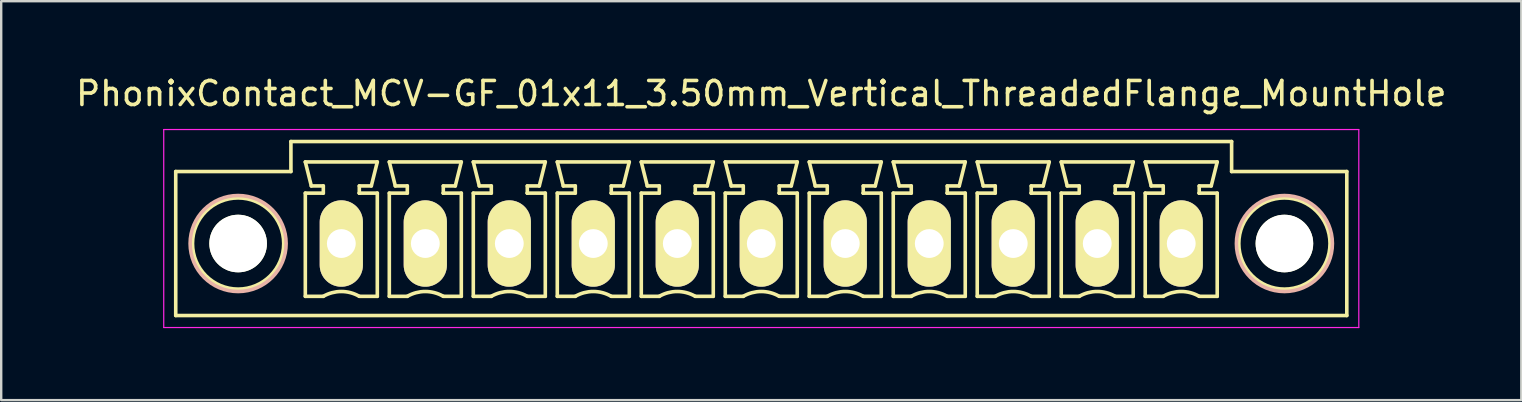
<source format=kicad_pcb>
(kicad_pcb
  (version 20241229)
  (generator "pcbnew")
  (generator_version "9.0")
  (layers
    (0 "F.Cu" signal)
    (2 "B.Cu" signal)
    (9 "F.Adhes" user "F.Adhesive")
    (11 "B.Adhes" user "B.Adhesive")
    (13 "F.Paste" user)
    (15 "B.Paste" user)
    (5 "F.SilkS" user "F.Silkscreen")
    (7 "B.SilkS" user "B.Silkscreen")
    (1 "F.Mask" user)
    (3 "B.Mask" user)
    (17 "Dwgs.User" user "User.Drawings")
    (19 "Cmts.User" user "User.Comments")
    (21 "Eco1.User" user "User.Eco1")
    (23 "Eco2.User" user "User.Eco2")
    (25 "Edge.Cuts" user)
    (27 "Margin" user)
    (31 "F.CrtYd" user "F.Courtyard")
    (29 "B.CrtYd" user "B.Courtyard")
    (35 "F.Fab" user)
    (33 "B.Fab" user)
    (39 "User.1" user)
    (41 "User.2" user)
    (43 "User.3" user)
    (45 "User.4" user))
  (footprint "PhonixContact_MCV-GF_01x11_3.50mm_Vertical_ThreadedFlange_MountHole"
    (layer "F.Cu")
    (at 11.173 7.098)
    (property "Reference" "PhonixContact_MCV-GF_01x11_3.50mm_Vertical_ThreadedFlange_MountHole" (at 17.5 -6.25 0) (layer "F.SilkS") (effects (font (size 1 1) (thickness 0.15))))
    (attr through_hole)
    (fp_line (start -6.9 -3) (end -6.9 3) (stroke (width 0.15) (type solid)) (layer "F.SilkS"))
    (fp_line (start -6.9 3) (end 41.9 3) (stroke (width 0.15) (type solid)) (layer "F.SilkS"))
    (fp_line (start -2.1 -4.25) (end -2.1 -3) (stroke (width 0.15) (type solid)) (layer "F.SilkS"))
    (fp_line (start -2.1 -3) (end -6.9 -3) (stroke (width 0.15) (type solid)) (layer "F.SilkS"))
    (fp_line (start -1.5 -3.4) (end 1.5 -3.4) (stroke (width 0.15) (type solid)) (layer "F.SilkS"))
    (fp_line (start -1.5 -2.1) (end -0.75 -2.1) (stroke (width 0.15) (type solid)) (layer "F.SilkS"))
    (fp_line (start -1.5 2.2) (end -1.5 -2.1) (stroke (width 0.15) (type solid)) (layer "F.SilkS"))
    (fp_line (start -1.25 -2.4) (end -1.5 -3.4) (stroke (width 0.15) (type solid)) (layer "F.SilkS"))
    (fp_line (start -0.75 -2.4) (end -1.25 -2.4) (stroke (width 0.15) (type solid)) (layer "F.SilkS"))
    (fp_line (start -0.75 -2.1) (end -0.75 -2.4) (stroke (width 0.15) (type solid)) (layer "F.SilkS"))
    (fp_line (start -0.75 2.2) (end -1.5 2.2) (stroke (width 0.15) (type solid)) (layer "F.SilkS"))
    (fp_line (start 0.75 -2.4) (end 0.75 -2.1) (stroke (width 0.15) (type solid)) (layer "F.SilkS"))
    (fp_line (start 0.75 -2.1) (end 0.75 -2.1) (stroke (width 0.15) (type solid)) (layer "F.SilkS"))
    (fp_line (start 0.75 -2.1) (end 1.5 -2.1) (stroke (width 0.15) (type solid)) (layer "F.SilkS"))
    (fp_line (start 1.25 -2.4) (end 0.75 -2.4) (stroke (width 0.15) (type solid)) (layer "F.SilkS"))
    (fp_line (start 1.5 -3.4) (end 1.25 -2.4) (stroke (width 0.15) (type solid)) (layer "F.SilkS"))
    (fp_line (start 1.5 -2.1) (end 1.5 2.2) (stroke (width 0.15) (type solid)) (layer "F.SilkS"))
    (fp_line (start 1.5 2.2) (end 0.75 2.2) (stroke (width 0.15) (type solid)) (layer "F.SilkS"))
    (fp_line (start 2 -3.4) (end 5 -3.4) (stroke (width 0.15) (type solid)) (layer "F.SilkS"))
    (fp_line (start 2 -2.1) (end 2.75 -2.1) (stroke (width 0.15) (type solid)) (layer "F.SilkS"))
    (fp_line (start 2 2.2) (end 2 -2.1) (stroke (width 0.15) (type solid)) (layer "F.SilkS"))
    (fp_line (start 2.25 -2.4) (end 2 -3.4) (stroke (width 0.15) (type solid)) (layer "F.SilkS"))
    (fp_line (start 2.75 -2.4) (end 2.25 -2.4) (stroke (width 0.15) (type solid)) (layer "F.SilkS"))
    (fp_line (start 2.75 -2.1) (end 2.75 -2.4) (stroke (width 0.15) (type solid)) (layer "F.SilkS"))
    (fp_line (start 2.75 2.2) (end 2 2.2) (stroke (width 0.15) (type solid)) (layer "F.SilkS"))
    (fp_line (start 4.25 -2.4) (end 4.25 -2.1) (stroke (width 0.15) (type solid)) (layer "F.SilkS"))
    (fp_line (start 4.25 -2.1) (end 4.25 -2.1) (stroke (width 0.15) (type solid)) (layer "F.SilkS"))
    (fp_line (start 4.25 -2.1) (end 5 -2.1) (stroke (width 0.15) (type solid)) (layer "F.SilkS"))
    (fp_line (start 4.75 -2.4) (end 4.25 -2.4) (stroke (width 0.15) (type solid)) (layer "F.SilkS"))
    (fp_line (start 5 -3.4) (end 4.75 -2.4) (stroke (width 0.15) (type solid)) (layer "F.SilkS"))
    (fp_line (start 5 -2.1) (end 5 2.2) (stroke (width 0.15) (type solid)) (layer "F.SilkS"))
    (fp_line (start 5 2.2) (end 4.25 2.2) (stroke (width 0.15) (type solid)) (layer "F.SilkS"))
    (fp_line (start 5.5 -3.4) (end 8.5 -3.4) (stroke (width 0.15) (type solid)) (layer "F.SilkS"))
    (fp_line (start 5.5 -2.1) (end 6.25 -2.1) (stroke (width 0.15) (type solid)) (layer "F.SilkS"))
    (fp_line (start 5.5 2.2) (end 5.5 -2.1) (stroke (width 0.15) (type solid)) (layer "F.SilkS"))
    (fp_line (start 5.75 -2.4) (end 5.5 -3.4) (stroke (width 0.15) (type solid)) (layer "F.SilkS"))
    (fp_line (start 6.25 -2.4) (end 5.75 -2.4) (stroke (width 0.15) (type solid)) (layer "F.SilkS"))
    (fp_line (start 6.25 -2.1) (end 6.25 -2.4) (stroke (width 0.15) (type solid)) (layer "F.SilkS"))
    (fp_line (start 6.25 2.2) (end 5.5 2.2) (stroke (width 0.15) (type solid)) (layer "F.SilkS"))
    (fp_line (start 7.75 -2.4) (end 7.75 -2.1) (stroke (width 0.15) (type solid)) (layer "F.SilkS"))
    (fp_line (start 7.75 -2.1) (end 7.75 -2.1) (stroke (width 0.15) (type solid)) (layer "F.SilkS"))
    (fp_line (start 7.75 -2.1) (end 8.5 -2.1) (stroke (width 0.15) (type solid)) (layer "F.SilkS"))
    (fp_line (start 8.25 -2.4) (end 7.75 -2.4) (stroke (width 0.15) (type solid)) (layer "F.SilkS"))
    (fp_line (start 8.5 -3.4) (end 8.25 -2.4) (stroke (width 0.15) (type solid)) (layer "F.SilkS"))
    (fp_line (start 8.5 -2.1) (end 8.5 2.2) (stroke (width 0.15) (type solid)) (layer "F.SilkS"))
    (fp_line (start 8.5 2.2) (end 7.75 2.2) (stroke (width 0.15) (type solid)) (layer "F.SilkS"))
    (fp_line (start 9 -3.4) (end 12 -3.4) (stroke (width 0.15) (type solid)) (layer "F.SilkS"))
    (fp_line (start 9 -2.1) (end 9.75 -2.1) (stroke (width 0.15) (type solid)) (layer "F.SilkS"))
    (fp_line (start 9 2.2) (end 9 -2.1) (stroke (width 0.15) (type solid)) (layer "F.SilkS"))
    (fp_line (start 9.25 -2.4) (end 9 -3.4) (stroke (width 0.15) (type solid)) (layer "F.SilkS"))
    (fp_line (start 9.75 -2.4) (end 9.25 -2.4) (stroke (width 0.15) (type solid)) (layer "F.SilkS"))
    (fp_line (start 9.75 -2.1) (end 9.75 -2.4) (stroke (width 0.15) (type solid)) (layer "F.SilkS"))
    (fp_line (start 9.75 2.2) (end 9 2.2) (stroke (width 0.15) (type solid)) (layer "F.SilkS"))
    (fp_line (start 11.25 -2.4) (end 11.25 -2.1) (stroke (width 0.15) (type solid)) (layer "F.SilkS"))
    (fp_line (start 11.25 -2.1) (end 11.25 -2.1) (stroke (width 0.15) (type solid)) (layer "F.SilkS"))
    (fp_line (start 11.25 -2.1) (end 12 -2.1) (stroke (width 0.15) (type solid)) (layer "F.SilkS"))
    (fp_line (start 11.75 -2.4) (end 11.25 -2.4) (stroke (width 0.15) (type solid)) (layer "F.SilkS"))
    (fp_line (start 12 -3.4) (end 11.75 -2.4) (stroke (width 0.15) (type solid)) (layer "F.SilkS"))
    (fp_line (start 12 -2.1) (end 12 2.2) (stroke (width 0.15) (type solid)) (layer "F.SilkS"))
    (fp_line (start 12 2.2) (end 11.25 2.2) (stroke (width 0.15) (type solid)) (layer "F.SilkS"))
    (fp_line (start 12.5 -3.4) (end 15.5 -3.4) (stroke (width 0.15) (type solid)) (layer "F.SilkS"))
    (fp_line (start 12.5 -2.1) (end 13.25 -2.1) (stroke (width 0.15) (type solid)) (layer "F.SilkS"))
    (fp_line (start 12.5 2.2) (end 12.5 -2.1) (stroke (width 0.15) (type solid)) (layer "F.SilkS"))
    (fp_line (start 12.75 -2.4) (end 12.5 -3.4) (stroke (width 0.15) (type solid)) (layer "F.SilkS"))
    (fp_line (start 13.25 -2.4) (end 12.75 -2.4) (stroke (width 0.15) (type solid)) (layer "F.SilkS"))
    (fp_line (start 13.25 -2.1) (end 13.25 -2.4) (stroke (width 0.15) (type solid)) (layer "F.SilkS"))
    (fp_line (start 13.25 2.2) (end 12.5 2.2) (stroke (width 0.15) (type solid)) (layer "F.SilkS"))
    (fp_line (start 14.75 -2.4) (end 14.75 -2.1) (stroke (width 0.15) (type solid)) (layer "F.SilkS"))
    (fp_line (start 14.75 -2.1) (end 14.75 -2.1) (stroke (width 0.15) (type solid)) (layer "F.SilkS"))
    (fp_line (start 14.75 -2.1) (end 15.5 -2.1) (stroke (width 0.15) (type solid)) (layer "F.SilkS"))
    (fp_line (start 15.25 -2.4) (end 14.75 -2.4) (stroke (width 0.15) (type solid)) (layer "F.SilkS"))
    (fp_line (start 15.5 -3.4) (end 15.25 -2.4) (stroke (width 0.15) (type solid)) (layer "F.SilkS"))
    (fp_line (start 15.5 -2.1) (end 15.5 2.2) (stroke (width 0.15) (type solid)) (layer "F.SilkS"))
    (fp_line (start 15.5 2.2) (end 14.75 2.2) (stroke (width 0.15) (type solid)) (layer "F.SilkS"))
    (fp_line (start 16 -3.4) (end 19 -3.4) (stroke (width 0.15) (type solid)) (layer "F.SilkS"))
    (fp_line (start 16 -2.1) (end 16.75 -2.1) (stroke (width 0.15) (type solid)) (layer "F.SilkS"))
    (fp_line (start 16 2.2) (end 16 -2.1) (stroke (width 0.15) (type solid)) (layer "F.SilkS"))
    (fp_line (start 16.25 -2.4) (end 16 -3.4) (stroke (width 0.15) (type solid)) (layer "F.SilkS"))
    (fp_line (start 16.75 -2.4) (end 16.25 -2.4) (stroke (width 0.15) (type solid)) (layer "F.SilkS"))
    (fp_line (start 16.75 -2.1) (end 16.75 -2.4) (stroke (width 0.15) (type solid)) (layer "F.SilkS"))
    (fp_line (start 16.75 2.2) (end 16 2.2) (stroke (width 0.15) (type solid)) (layer "F.SilkS"))
    (fp_line (start 18.25 -2.4) (end 18.25 -2.1) (stroke (width 0.15) (type solid)) (layer "F.SilkS"))
    (fp_line (start 18.25 -2.1) (end 18.25 -2.1) (stroke (width 0.15) (type solid)) (layer "F.SilkS"))
    (fp_line (start 18.25 -2.1) (end 19 -2.1) (stroke (width 0.15) (type solid)) (layer "F.SilkS"))
    (fp_line (start 18.75 -2.4) (end 18.25 -2.4) (stroke (width 0.15) (type solid)) (layer "F.SilkS"))
    (fp_line (start 19 -3.4) (end 18.75 -2.4) (stroke (width 0.15) (type solid)) (layer "F.SilkS"))
    (fp_line (start 19 -2.1) (end 19 2.2) (stroke (width 0.15) (type solid)) (layer "F.SilkS"))
    (fp_line (start 19 2.2) (end 18.25 2.2) (stroke (width 0.15) (type solid)) (layer "F.SilkS"))
    (fp_line (start 19.5 -3.4) (end 22.5 -3.4) (stroke (width 0.15) (type solid)) (layer "F.SilkS"))
    (fp_line (start 19.5 -2.1) (end 20.25 -2.1) (stroke (width 0.15) (type solid)) (layer "F.SilkS"))
    (fp_line (start 19.5 2.2) (end 19.5 -2.1) (stroke (width 0.15) (type solid)) (layer "F.SilkS"))
    (fp_line (start 19.75 -2.4) (end 19.5 -3.4) (stroke (width 0.15) (type solid)) (layer "F.SilkS"))
    (fp_line (start 20.25 -2.4) (end 19.75 -2.4) (stroke (width 0.15) (type solid)) (layer "F.SilkS"))
    (fp_line (start 20.25 -2.1) (end 20.25 -2.4) (stroke (width 0.15) (type solid)) (layer "F.SilkS"))
    (fp_line (start 20.25 2.2) (end 19.5 2.2) (stroke (width 0.15) (type solid)) (layer "F.SilkS"))
    (fp_line (start 21.75 -2.4) (end 21.75 -2.1) (stroke (width 0.15) (type solid)) (layer "F.SilkS"))
    (fp_line (start 21.75 -2.1) (end 21.75 -2.1) (stroke (width 0.15) (type solid)) (layer "F.SilkS"))
    (fp_line (start 21.75 -2.1) (end 22.5 -2.1) (stroke (width 0.15) (type solid)) (layer "F.SilkS"))
    (fp_line (start 22.25 -2.4) (end 21.75 -2.4) (stroke (width 0.15) (type solid)) (layer "F.SilkS"))
    (fp_line (start 22.5 -3.4) (end 22.25 -2.4) (stroke (width 0.15) (type solid)) (layer "F.SilkS"))
    (fp_line (start 22.5 -2.1) (end 22.5 2.2) (stroke (width 0.15) (type solid)) (layer "F.SilkS"))
    (fp_line (start 22.5 2.2) (end 21.75 2.2) (stroke (width 0.15) (type solid)) (layer "F.SilkS"))
    (fp_line (start 23 -3.4) (end 26 -3.4) (stroke (width 0.15) (type solid)) (layer "F.SilkS"))
    (fp_line (start 23 -2.1) (end 23.75 -2.1) (stroke (width 0.15) (type solid)) (layer "F.SilkS"))
    (fp_line (start 23 2.2) (end 23 -2.1) (stroke (width 0.15) (type solid)) (layer "F.SilkS"))
    (fp_line (start 23.25 -2.4) (end 23 -3.4) (stroke (width 0.15) (type solid)) (layer "F.SilkS"))
    (fp_line (start 23.75 -2.4) (end 23.25 -2.4) (stroke (width 0.15) (type solid)) (layer "F.SilkS"))
    (fp_line (start 23.75 -2.1) (end 23.75 -2.4) (stroke (width 0.15) (type solid)) (layer "F.SilkS"))
    (fp_line (start 23.75 2.2) (end 23 2.2) (stroke (width 0.15) (type solid)) (layer "F.SilkS"))
    (fp_line (start 25.25 -2.4) (end 25.25 -2.1) (stroke (width 0.15) (type solid)) (layer "F.SilkS"))
    (fp_line (start 25.25 -2.1) (end 25.25 -2.1) (stroke (width 0.15) (type solid)) (layer "F.SilkS"))
    (fp_line (start 25.25 -2.1) (end 26 -2.1) (stroke (width 0.15) (type solid)) (layer "F.SilkS"))
    (fp_line (start 25.75 -2.4) (end 25.25 -2.4) (stroke (width 0.15) (type solid)) (layer "F.SilkS"))
    (fp_line (start 26 -3.4) (end 25.75 -2.4) (stroke (width 0.15) (type solid)) (layer "F.SilkS"))
    (fp_line (start 26 -2.1) (end 26 2.2) (stroke (width 0.15) (type solid)) (layer "F.SilkS"))
    (fp_line (start 26 2.2) (end 25.25 2.2) (stroke (width 0.15) (type solid)) (layer "F.SilkS"))
    (fp_line (start 26.5 -3.4) (end 29.5 -3.4) (stroke (width 0.15) (type solid)) (layer "F.SilkS"))
    (fp_line (start 26.5 -2.1) (end 27.25 -2.1) (stroke (width 0.15) (type solid)) (layer "F.SilkS"))
    (fp_line (start 26.5 2.2) (end 26.5 -2.1) (stroke (width 0.15) (type solid)) (layer "F.SilkS"))
    (fp_line (start 26.75 -2.4) (end 26.5 -3.4) (stroke (width 0.15) (type solid)) (layer "F.SilkS"))
    (fp_line (start 27.25 -2.4) (end 26.75 -2.4) (stroke (width 0.15) (type solid)) (layer "F.SilkS"))
    (fp_line (start 27.25 -2.1) (end 27.25 -2.4) (stroke (width 0.15) (type solid)) (layer "F.SilkS"))
    (fp_line (start 27.25 2.2) (end 26.5 2.2) (stroke (width 0.15) (type solid)) (layer "F.SilkS"))
    (fp_line (start 28.75 -2.4) (end 28.75 -2.1) (stroke (width 0.15) (type solid)) (layer "F.SilkS"))
    (fp_line (start 28.75 -2.1) (end 28.75 -2.1) (stroke (width 0.15) (type solid)) (layer "F.SilkS"))
    (fp_line (start 28.75 -2.1) (end 29.5 -2.1) (stroke (width 0.15) (type solid)) (layer "F.SilkS"))
    (fp_line (start 29.25 -2.4) (end 28.75 -2.4) (stroke (width 0.15) (type solid)) (layer "F.SilkS"))
    (fp_line (start 29.5 -3.4) (end 29.25 -2.4) (stroke (width 0.15) (type solid)) (layer "F.SilkS"))
    (fp_line (start 29.5 -2.1) (end 29.5 2.2) (stroke (width 0.15) (type solid)) (layer "F.SilkS"))
    (fp_line (start 29.5 2.2) (end 28.75 2.2) (stroke (width 0.15) (type solid)) (layer "F.SilkS"))
    (fp_line (start 30 -3.4) (end 33 -3.4) (stroke (width 0.15) (type solid)) (layer "F.SilkS"))
    (fp_line (start 30 -2.1) (end 30.75 -2.1) (stroke (width 0.15) (type solid)) (layer "F.SilkS"))
    (fp_line (start 30 2.2) (end 30 -2.1) (stroke (width 0.15) (type solid)) (layer "F.SilkS"))
    (fp_line (start 30.25 -2.4) (end 30 -3.4) (stroke (width 0.15) (type solid)) (layer "F.SilkS"))
    (fp_line (start 30.75 -2.4) (end 30.25 -2.4) (stroke (width 0.15) (type solid)) (layer "F.SilkS"))
    (fp_line (start 30.75 -2.1) (end 30.75 -2.4) (stroke (width 0.15) (type solid)) (layer "F.SilkS"))
    (fp_line (start 30.75 2.2) (end 30 2.2) (stroke (width 0.15) (type solid)) (layer "F.SilkS"))
    (fp_line (start 32.25 -2.4) (end 32.25 -2.1) (stroke (width 0.15) (type solid)) (layer "F.SilkS"))
    (fp_line (start 32.25 -2.1) (end 32.25 -2.1) (stroke (width 0.15) (type solid)) (layer "F.SilkS"))
    (fp_line (start 32.25 -2.1) (end 33 -2.1) (stroke (width 0.15) (type solid)) (layer "F.SilkS"))
    (fp_line (start 32.75 -2.4) (end 32.25 -2.4) (stroke (width 0.15) (type solid)) (layer "F.SilkS"))
    (fp_line (start 33 -3.4) (end 32.75 -2.4) (stroke (width 0.15) (type solid)) (layer "F.SilkS"))
    (fp_line (start 33 -2.1) (end 33 2.2) (stroke (width 0.15) (type solid)) (layer "F.SilkS"))
    (fp_line (start 33 2.2) (end 32.25 2.2) (stroke (width 0.15) (type solid)) (layer "F.SilkS"))
    (fp_line (start 33.5 -3.4) (end 36.5 -3.4) (stroke (width 0.15) (type solid)) (layer "F.SilkS"))
    (fp_line (start 33.5 -2.1) (end 34.25 -2.1) (stroke (width 0.15) (type solid)) (layer "F.SilkS"))
    (fp_line (start 33.5 2.2) (end 33.5 -2.1) (stroke (width 0.15) (type solid)) (layer "F.SilkS"))
    (fp_line (start 33.75 -2.4) (end 33.5 -3.4) (stroke (width 0.15) (type solid)) (layer "F.SilkS"))
    (fp_line (start 34.25 -2.4) (end 33.75 -2.4) (stroke (width 0.15) (type solid)) (layer "F.SilkS"))
    (fp_line (start 34.25 -2.1) (end 34.25 -2.4) (stroke (width 0.15) (type solid)) (layer "F.SilkS"))
    (fp_line (start 34.25 2.2) (end 33.5 2.2) (stroke (width 0.15) (type solid)) (layer "F.SilkS"))
    (fp_line (start 35.75 -2.4) (end 35.75 -2.1) (stroke (width 0.15) (type solid)) (layer "F.SilkS"))
    (fp_line (start 35.75 -2.1) (end 35.75 -2.1) (stroke (width 0.15) (type solid)) (layer "F.SilkS"))
    (fp_line (start 35.75 -2.1) (end 36.5 -2.1) (stroke (width 0.15) (type solid)) (layer "F.SilkS"))
    (fp_line (start 36.25 -2.4) (end 35.75 -2.4) (stroke (width 0.15) (type solid)) (layer "F.SilkS"))
    (fp_line (start 36.5 -3.4) (end 36.25 -2.4) (stroke (width 0.15) (type solid)) (layer "F.SilkS"))
    (fp_line (start 36.5 -2.1) (end 36.5 2.2) (stroke (width 0.15) (type solid)) (layer "F.SilkS"))
    (fp_line (start 36.5 2.2) (end 35.75 2.2) (stroke (width 0.15) (type solid)) (layer "F.SilkS"))
    (fp_line (start 37.1 -4.25) (end -2.1 -4.25) (stroke (width 0.15) (type solid)) (layer "F.SilkS"))
    (fp_line (start 37.1 -3) (end 37.1 -4.25) (stroke (width 0.15) (type solid)) (layer "F.SilkS"))
    (fp_line (start 41.9 -3) (end 37.1 -3) (stroke (width 0.15) (type solid)) (layer "F.SilkS"))
    (fp_line (start 41.9 3) (end 41.9 -3) (stroke (width 0.15) (type solid)) (layer "F.SilkS"))
    (fp_arc (start -0.75 2.2) (mid -0.006068 1.999179) (end 0.739464 2.193978) (stroke (width 0.15) (type solid)) (layer "F.SilkS"))
    (fp_arc (start 2.75 2.2) (mid 3.493932 1.999179) (end 4.239464 2.193978) (stroke (width 0.15) (type solid)) (layer "F.SilkS"))
    (fp_arc (start 6.25 2.2) (mid 6.993932 1.999179) (end 7.739464 2.193978) (stroke (width 0.15) (type solid)) (layer "F.SilkS"))
    (fp_arc (start 9.75 2.2) (mid 10.493932 1.999179) (end 11.239464 2.193978) (stroke (width 0.15) (type solid)) (layer "F.SilkS"))
    (fp_arc (start 13.25 2.2) (mid 13.993932 1.999179) (end 14.739464 2.193978) (stroke (width 0.15) (type solid)) (layer "F.SilkS"))
    (fp_arc (start 16.75 2.2) (mid 17.493932 1.999179) (end 18.239464 2.193978) (stroke (width 0.15) (type solid)) (layer "F.SilkS"))
    (fp_arc (start 20.25 2.2) (mid 20.993932 1.999179) (end 21.739464 2.193978) (stroke (width 0.15) (type solid)) (layer "F.SilkS"))
    (fp_arc (start 23.75 2.2) (mid 24.493932 1.999179) (end 25.239464 2.193978) (stroke (width 0.15) (type solid)) (layer "F.SilkS"))
    (fp_arc (start 27.25 2.2) (mid 27.993932 1.999179) (end 28.739464 2.193978) (stroke (width 0.15) (type solid)) (layer "F.SilkS"))
    (fp_arc (start 30.75 2.2) (mid 31.493932 1.999179) (end 32.239464 2.193978) (stroke (width 0.15) (type solid)) (layer "F.SilkS"))
    (fp_arc (start 34.25 2.2) (mid 34.993932 1.999179) (end 35.739464 2.193978) (stroke (width 0.15) (type solid)) (layer "F.SilkS"))
    (fp_circle (center -4.3 0) (end -2.4 0) (stroke (width 0.15) (type solid)) (fill no) (layer "F.SilkS"))
    (fp_circle (center 39.3 0) (end 41.2 0) (stroke (width 0.15) (type solid)) (fill no) (layer "F.SilkS"))
    (fp_circle (center -4.3 0) (end -2.3 0) (stroke (width 0.15) (type solid)) (fill no) (layer "B.SilkS"))
    (fp_circle (center 39.3 0) (end 41.3 0) (stroke (width 0.15) (type solid)) (fill no) (layer "B.SilkS"))
    (fp_line (start -7.4 -4.75) (end -7.4 3.5) (stroke (width 0.05) (type solid)) (layer "F.CrtYd"))
    (fp_line (start -7.4 3.5) (end 42.4 3.5) (stroke (width 0.05) (type solid)) (layer "F.CrtYd"))
    (fp_line (start 42.4 -4.75) (end -7.4 -4.75) (stroke (width 0.05) (type solid)) (layer "F.CrtYd"))
    (fp_line (start 42.4 3.5) (end 42.4 -4.75) (stroke (width 0.05) (type solid)) (layer "F.CrtYd"))
    (pad "" np_thru_hole circle (at -4.3 0) (size 2.4 2.4) (drill 2.4) (layers "*.Cu" "*.Mask" "F.SilkS"))
    (pad "" np_thru_hole circle (at 39.3 0) (size 2.4 2.4) (drill 2.4) (layers "*.Cu" "*.Mask" "F.SilkS"))
    (pad "1" thru_hole oval (at 0 0) (size 1.8 3.6) (drill 1.2) (layers "*.Cu" "*.Mask" "F.SilkS"))
    (pad "2" thru_hole oval (at 3.5 0) (size 1.8 3.6) (drill 1.2) (layers "*.Cu" "*.Mask" "F.SilkS"))
    (pad "3" thru_hole oval (at 7 0) (size 1.8 3.6) (drill 1.2) (layers "*.Cu" "*.Mask" "F.SilkS"))
    (pad "4" thru_hole oval (at 10.5 0) (size 1.8 3.6) (drill 1.2) (layers "*.Cu" "*.Mask" "F.SilkS"))
    (pad "5" thru_hole oval (at 14 0) (size 1.8 3.6) (drill 1.2) (layers "*.Cu" "*.Mask" "F.SilkS"))
    (pad "6" thru_hole oval (at 17.5 0) (size 1.8 3.6) (drill 1.2) (layers "*.Cu" "*.Mask" "F.SilkS"))
    (pad "7" thru_hole oval (at 21 0) (size 1.8 3.6) (drill 1.2) (layers "*.Cu" "*.Mask" "F.SilkS"))
    (pad "8" thru_hole oval (at 24.5 0) (size 1.8 3.6) (drill 1.2) (layers "*.Cu" "*.Mask" "F.SilkS"))
    (pad "9" thru_hole oval (at 28 0) (size 1.8 3.6) (drill 1.2) (layers "*.Cu" "*.Mask" "F.SilkS"))
    (pad "10" thru_hole oval (at 31.5 0) (size 1.8 3.6) (drill 1.2) (layers "*.Cu" "*.Mask" "F.SilkS"))
    (pad "11" thru_hole oval (at 35 0) (size 1.8 3.6) (drill 1.2) (layers "*.Cu" "*.Mask" "F.SilkS")))
  (gr_rect
    (start -3 -3)
    (end 60.345 13.623)
    (stroke (width 0.1) (type default))
    (fill no)
    (layer "Edge.Cuts")))
</source>
